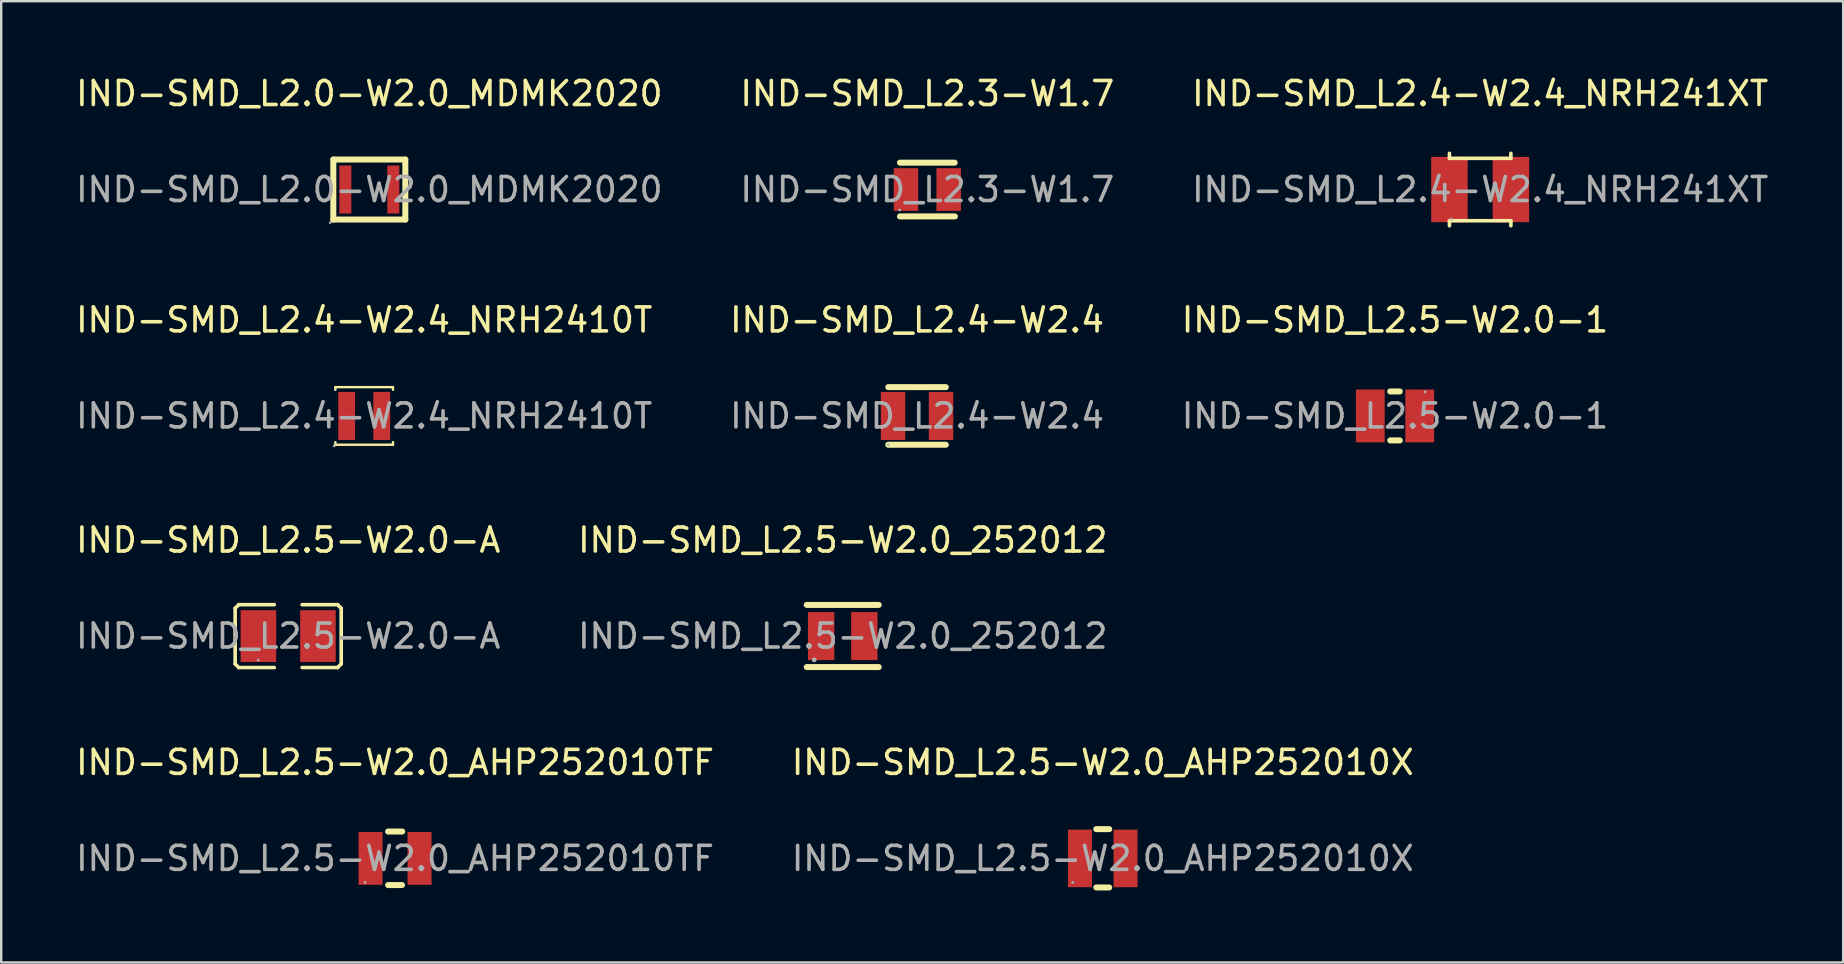
<source format=kicad_pcb>
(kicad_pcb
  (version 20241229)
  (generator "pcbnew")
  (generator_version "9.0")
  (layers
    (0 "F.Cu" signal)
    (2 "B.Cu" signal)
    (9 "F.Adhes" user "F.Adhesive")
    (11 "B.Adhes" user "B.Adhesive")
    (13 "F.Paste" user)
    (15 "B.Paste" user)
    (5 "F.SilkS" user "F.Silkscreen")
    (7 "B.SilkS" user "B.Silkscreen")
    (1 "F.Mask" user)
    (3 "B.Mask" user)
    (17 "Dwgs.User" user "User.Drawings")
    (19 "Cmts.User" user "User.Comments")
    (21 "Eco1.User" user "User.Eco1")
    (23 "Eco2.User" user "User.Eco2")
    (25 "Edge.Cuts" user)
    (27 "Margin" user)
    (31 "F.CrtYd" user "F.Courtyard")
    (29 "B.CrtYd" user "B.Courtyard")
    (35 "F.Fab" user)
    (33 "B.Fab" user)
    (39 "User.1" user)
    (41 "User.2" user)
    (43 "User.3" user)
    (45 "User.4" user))
  (footprint "IND-SMD_L2.5-W2.0_AHP252010TF"
    (layer "F.Cu")
    (at 13.411 32.718)
    (property "Reference" "IND-SMD_L2.5-W2.0_AHP252010TF" (at 0 -4 0) (layer "F.SilkS") (effects (font (size 1 1) (thickness 0.15))))
    (attr through_hole)
    (fp_line (start -0.29 -1.12) (end 0.3 -1.12) (stroke (width 0.25) (type solid)) (layer "F.SilkS"))
    (fp_line (start 0.29 1.11) (end -0.29 1.11) (stroke (width 0.25) (type solid)) (layer "F.SilkS"))
    (fp_circle (center -1.25 1) (end -1.22 1) (stroke (width 0.06) (type solid)) (fill no) (layer "F.Fab"))
    (fp_text user "${REFERENCE}" (at 0 0 0) (layer "F.Fab") (effects (font (size 1 1) (thickness 0.15))))
    (pad "1" smd rect (at -1.02 0) (size 1 2.2) (layers "F.Cu" "F.Mask" "F.Paste"))
    (pad "2" smd rect (at 1.02 0) (size 1 2.2) (layers "F.Cu" "F.Mask" "F.Paste")))
  (footprint "IND-SMD_L2.4-W2.4_NRH2410T"
    (layer "F.Cu")
    (at 12.125 14.281)
    (property "Reference" "IND-SMD_L2.4-W2.4_NRH2410T" (at 0 -4 0) (layer "F.SilkS") (effects (font (size 1 1) (thickness 0.15))))
    (attr through_hole)
    (fp_line (start -1.2 -1.2) (end 1.2 -1.2) (stroke (width 0.1) (type solid)) (layer "F.SilkS"))
    (fp_line (start -1.2 -1.09) (end -1.2 -1.2) (stroke (width 0.1) (type solid)) (layer "F.SilkS"))
    (fp_line (start -1.2 1.2) (end -1.2 1.09) (stroke (width 0.1) (type solid)) (layer "F.SilkS"))
    (fp_line (start 1.2 -1.2) (end 1.2 -1.09) (stroke (width 0.1) (type solid)) (layer "F.SilkS"))
    (fp_line (start 1.2 1.09) (end 1.2 1.2) (stroke (width 0.1) (type solid)) (layer "F.SilkS"))
    (fp_line (start 1.2 1.2) (end -1.2 1.2) (stroke (width 0.1) (type solid)) (layer "F.SilkS"))
    (fp_circle (center -1.25 1.25) (end -1.22 1.25) (stroke (width 0.06) (type solid)) (fill no) (layer "F.Fab"))
    (fp_text user "${REFERENCE}" (at 0 0 0) (layer "F.Fab") (effects (font (size 1 1) (thickness 0.15))))
    (pad "1" smd rect (at -0.73 0) (size 0.7 2) (layers "F.Cu" "F.Mask" "F.Paste"))
    (pad "2" smd rect (at 0.73 0) (size 0.7 2) (layers "F.Cu" "F.Mask" "F.Paste")))
  (footprint "IND-SMD_L2.5-W2.0-A"
    (layer "F.Cu")
    (at 8.958 23.455)
    (property "Reference" "IND-SMD_L2.5-W2.0-A" (at 0 -4 0) (layer "F.SilkS") (effects (font (size 1 1) (thickness 0.15))))
    (attr through_hole)
    (fp_line (start -2.21 -1.16) (end -2.21 1.16) (stroke (width 0.15) (type solid)) (layer "F.SilkS"))
    (fp_line (start -2.21 1.16) (end -2.06 1.31) (stroke (width 0.15) (type solid)) (layer "F.SilkS"))
    (fp_line (start -2.06 -1.31) (end -2.21 -1.16) (stroke (width 0.15) (type solid)) (layer "F.SilkS"))
    (fp_line (start -2.06 1.31) (end -0.58 1.31) (stroke (width 0.15) (type solid)) (layer "F.SilkS"))
    (fp_line (start -0.58 -1.31) (end -2.06 -1.31) (stroke (width 0.15) (type solid)) (layer "F.SilkS"))
    (fp_line (start 0.58 -1.31) (end 2.06 -1.31) (stroke (width 0.15) (type solid)) (layer "F.SilkS"))
    (fp_line (start 2.06 -1.31) (end 2.21 -1.16) (stroke (width 0.15) (type solid)) (layer "F.SilkS"))
    (fp_line (start 2.06 1.31) (end 0.58 1.31) (stroke (width 0.15) (type solid)) (layer "F.SilkS"))
    (fp_line (start 2.21 -1.16) (end 2.21 1.16) (stroke (width 0.15) (type solid)) (layer "F.SilkS"))
    (fp_line (start 2.21 1.16) (end 2.06 1.31) (stroke (width 0.15) (type solid)) (layer "F.SilkS"))
    (fp_circle (center -1.25 1) (end -1.22 1) (stroke (width 0.06) (type solid)) (fill no) (layer "F.Fab"))
    (fp_text user "${REFERENCE}" (at 0 0 0) (layer "F.Fab") (effects (font (size 1 1) (thickness 0.15))))
    (pad "1" smd rect (at -1.24 0) (size 1.48 2.16) (layers "F.Cu" "F.Mask" "F.Paste"))
    (pad "2" smd rect (at 1.24 0) (size 1.48 2.16) (layers "F.Cu" "F.Mask" "F.Paste")))
  (footprint "IND-SMD_L2.4-W2.4"
    (layer "F.Cu")
    (at 35.161 14.281)
    (property "Reference" "IND-SMD_L2.4-W2.4" (at 0 -4 0) (layer "F.SilkS") (effects (font (size 1 1) (thickness 0.15))))
    (attr through_hole)
    (fp_line (start -1.2 -1.2) (end 1.2 -1.2) (stroke (width 0.25) (type solid)) (layer "F.SilkS"))
    (fp_line (start -1.2 1.2) (end 1.2 1.2) (stroke (width 0.25) (type solid)) (layer "F.SilkS"))
    (fp_circle (center -1.2 1.2) (end -1.17 1.2) (stroke (width 0.06) (type solid)) (fill no) (layer "F.Fab"))
    (fp_text user "${REFERENCE}" (at 0 0 0) (layer "F.Fab") (effects (font (size 1 1) (thickness 0.15))))
    (pad "1" smd rect (at -1 0) (size 1.02 2) (layers "F.Cu" "F.Mask" "F.Paste"))
    (pad "2" smd rect (at 1 0) (size 1.02 2) (layers "F.Cu" "F.Mask" "F.Paste")))
  (footprint "IND-SMD_L2.3-W1.7"
    (layer "F.Cu")
    (at 35.589 4.848)
    (property "Reference" "IND-SMD_L2.3-W1.7" (at 0 -4 0) (layer "F.SilkS") (effects (font (size 1 1) (thickness 0.15))))
    (attr through_hole)
    (fp_line (start -1.14 -1.12) (end 1.14 -1.12) (stroke (width 0.25) (type solid)) (layer "F.SilkS"))
    (fp_line (start -1.14 1.12) (end 1.15 1.12) (stroke (width 0.25) (type solid)) (layer "F.SilkS"))
    (fp_circle (center -1.15 0.85) (end -1.12 0.85) (stroke (width 0.06) (type solid)) (fill no) (layer "F.Fab"))
    (fp_text user "${REFERENCE}" (at 0 0 0) (layer "F.Fab") (effects (font (size 1 1) (thickness 0.15))))
    (pad "1" smd rect (at -0.89 0 90) (size 1.78 1.02) (layers "F.Cu" "F.Mask" "F.Paste"))
    (pad "2" smd rect (at 0.89 0 90) (size 1.78 1.02) (layers "F.Cu" "F.Mask" "F.Paste")))
  (footprint "IND-SMD_L2.5-W2.0-1"
    (layer "F.Cu")
    (at 55.077 14.281)
    (property "Reference" "IND-SMD_L2.5-W2.0-1" (at 0 -4 0) (layer "F.SilkS") (effects (font (size 1 1) (thickness 0.15))))
    (attr through_hole)
    (fp_line (start -0.2 1.02) (end 0.2 1.02) (stroke (width 0.25) (type solid)) (layer "F.SilkS"))
    (fp_line (start 0.2 -1.02) (end -0.2 -1.02) (stroke (width 0.25) (type solid)) (layer "F.SilkS"))
    (fp_circle (center 1.25 -1) (end 1.28 -1) (stroke (width 0.06) (type solid)) (fill no) (layer "F.Fab"))
    (fp_text user "${REFERENCE}" (at 0 0 0) (layer "F.Fab") (effects (font (size 1 1) (thickness 0.15))))
    (pad "1" smd rect (at 1.03 0) (size 1.2 2.2) (layers "F.Cu" "F.Mask" "F.Paste"))
    (pad "2" smd rect (at -1.03 0) (size 1.2 2.2) (layers "F.Cu" "F.Mask" "F.Paste")))
  (footprint "IND-SMD_L2.4-W2.4_NRH241XT"
    (layer "F.Cu")
    (at 58.625 4.848)
    (property "Reference" "IND-SMD_L2.4-W2.4_NRH241XT" (at 0 -4 0) (layer "F.SilkS") (effects (font (size 1 1) (thickness 0.15))))
    (attr through_hole)
    (fp_line (start -1.28 -1.51) (end -1.28 -1.3) (stroke (width 0.15) (type solid)) (layer "F.SilkS"))
    (fp_line (start -1.28 -1.3) (end 1.28 -1.3) (stroke (width 0.15) (type solid)) (layer "F.SilkS"))
    (fp_line (start -1.28 1.3) (end 1.28 1.3) (stroke (width 0.15) (type solid)) (layer "F.SilkS"))
    (fp_line (start -1.28 1.51) (end -1.28 1.3) (stroke (width 0.15) (type solid)) (layer "F.SilkS"))
    (fp_line (start 1.28 -1.3) (end 1.28 -1.51) (stroke (width 0.15) (type solid)) (layer "F.SilkS"))
    (fp_line (start 1.28 1.3) (end 1.28 1.51) (stroke (width 0.15) (type solid)) (layer "F.SilkS"))
    (fp_circle (center -1.2 1.23) (end -1.17 1.23) (stroke (width 0.06) (type solid)) (fill no) (layer "F.Fab"))
    (fp_text user "${REFERENCE}" (at 0 0 0) (layer "F.Fab") (effects (font (size 1 1) (thickness 0.15))))
    (pad "1" smd rect (at 1.28 0) (size 1.52 2.72) (layers "F.Cu" "F.Mask" "F.Paste"))
    (pad "2" smd rect (at -1.28 0) (size 1.52 2.72) (layers "F.Cu" "F.Mask" "F.Paste")))
  (footprint "IND-SMD_L2.5-W2.0_252012"
    (layer "F.Cu")
    (at 32.065 23.455)
    (property "Reference" "IND-SMD_L2.5-W2.0_252012" (at 0 -4 0) (layer "F.SilkS") (effects (font (size 1 1) (thickness 0.15))))
    (attr through_hole)
    (fp_line (start -1.5 -1.3) (end 1.5 -1.3) (stroke (width 0.25) (type solid)) (layer "F.SilkS"))
    (fp_line (start -1.5 1.29) (end 1.5 1.29) (stroke (width 0.25) (type solid)) (layer "F.SilkS"))
    (fp_circle (center -1.19 0.99) (end -1.14 0.99) (stroke (width 0.1) (type solid)) (fill no) (layer "F.Fab"))
    (fp_text user "${REFERENCE}" (at 0 0 0) (layer "F.Fab") (effects (font (size 1 1) (thickness 0.15))))
    (pad "1" smd rect (at -0.9 0) (size 1.1 2) (layers "F.Cu" "F.Mask" "F.Paste"))
    (pad "2" smd rect (at 0.9 0) (size 1.1 2) (layers "F.Cu" "F.Mask" "F.Paste")))
  (footprint "IND-SMD_L2.0-W2.0_MDMK2020"
    (layer "F.Cu")
    (at 12.339 4.848)
    (property "Reference" "IND-SMD_L2.0-W2.0_MDMK2020" (at 0 -4 0) (layer "F.SilkS") (effects (font (size 1 1) (thickness 0.15))))
    (attr through_hole)
    (fp_line (start -1.5 -1.25) (end -1.5 1.25) (stroke (width 0.25) (type solid)) (layer "F.SilkS"))
    (fp_line (start -1.5 -1.25) (end 1.5 -1.25) (stroke (width 0.25) (type solid)) (layer "F.SilkS"))
    (fp_line (start 1.5 -1.25) (end 1.5 1.25) (stroke (width 0.25) (type solid)) (layer "F.SilkS"))
    (fp_line (start 1.5 1.25) (end -1.5 1.25) (stroke (width 0.25) (type solid)) (layer "F.SilkS"))
    (fp_circle (center -1.63 1.38) (end -1.6 1.38) (stroke (width 0.06) (type solid)) (fill no) (layer "F.Fab"))
    (fp_text user "${REFERENCE}" (at 0 0 0) (layer "F.Fab") (effects (font (size 1 1) (thickness 0.15))))
    (pad "1" smd rect (at -1 0) (size 0.5 2) (layers "F.Cu" "F.Mask" "F.Paste"))
    (pad "2" smd rect (at 1 0) (size 0.5 2) (layers "F.Cu" "F.Mask" "F.Paste")))
  (footprint "IND-SMD_L2.5-W2.0_AHP252010X"
    (layer "F.Cu")
    (at 42.899 32.718)
    (property "Reference" "IND-SMD_L2.5-W2.0_AHP252010X" (at 0 -4 0) (layer "F.SilkS") (effects (font (size 1 1) (thickness 0.15))))
    (attr through_hole)
    (fp_line (start -0.27 -1.22) (end 0.27 -1.22) (stroke (width 0.25) (type solid)) (layer "F.SilkS"))
    (fp_line (start -0.27 1.21) (end 0.27 1.21) (stroke (width 0.25) (type solid)) (layer "F.SilkS"))
    (fp_circle (center -1.25 1) (end -1.22 1) (stroke (width 0.06) (type solid)) (fill no) (layer "F.Fab"))
    (fp_text user "${REFERENCE}" (at 0 0 0) (layer "F.Fab") (effects (font (size 1 1) (thickness 0.15))))
    (pad "1" smd rect (at -0.95 0) (size 1 2.4) (layers "F.Cu" "F.Mask" "F.Paste"))
    (pad "2" smd rect (at 0.95 0) (size 1 2.4) (layers "F.Cu" "F.Mask" "F.Paste")))
  (gr_rect
    (start -3 -3)
    (end 73.75 37.053)
    (stroke (width 0.1) (type default))
    (fill no)
    (layer "Edge.Cuts")))
</source>
